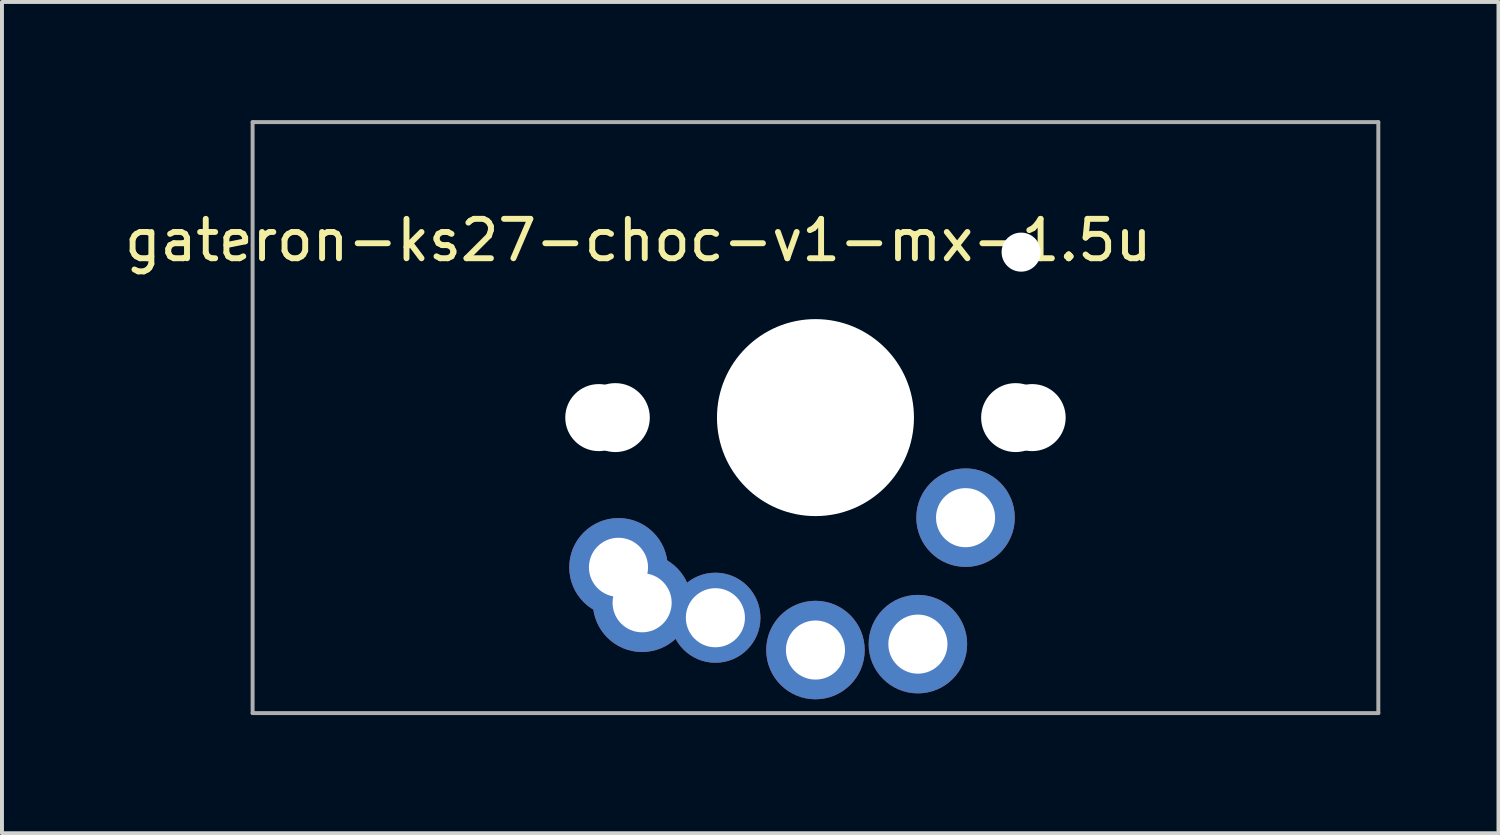
<source format=kicad_pcb>
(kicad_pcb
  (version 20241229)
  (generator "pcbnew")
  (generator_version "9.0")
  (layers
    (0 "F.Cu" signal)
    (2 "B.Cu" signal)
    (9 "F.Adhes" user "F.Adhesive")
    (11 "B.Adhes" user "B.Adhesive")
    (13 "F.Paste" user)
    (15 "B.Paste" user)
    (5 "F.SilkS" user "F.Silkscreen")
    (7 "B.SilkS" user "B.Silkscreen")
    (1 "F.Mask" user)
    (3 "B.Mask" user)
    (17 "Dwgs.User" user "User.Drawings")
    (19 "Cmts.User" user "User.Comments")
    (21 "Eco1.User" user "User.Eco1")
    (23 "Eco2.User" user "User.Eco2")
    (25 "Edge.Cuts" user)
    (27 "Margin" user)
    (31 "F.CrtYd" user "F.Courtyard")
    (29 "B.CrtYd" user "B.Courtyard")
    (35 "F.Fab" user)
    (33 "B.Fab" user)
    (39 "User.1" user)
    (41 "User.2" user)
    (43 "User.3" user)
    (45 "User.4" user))
  (footprint "gateron-ks27-choc-v1-mx-1.5u"
    (layer "F.Cu")
    (at 17.649 7.55)
    (property "Reference" "gateron-ks27-choc-v1-mx-1.5u" (at -4.5 -4.5 0) (unlocked yes) (layer "F.SilkS") (effects (font (size 1 1) (thickness 0.15))))
    (attr through_hole)
    (fp_line (start -7 -7) (end -7 7) (stroke (width 0.12) (type solid)) (layer "Eco2.User"))
    (fp_line (start -7 7) (end 7 7) (stroke (width 0.12) (type solid)) (layer "Eco2.User"))
    (fp_line (start -2.5 -6.3) (end -2.5 -3.1) (stroke (width 0.12) (type solid)) (layer "Eco2.User"))
    (fp_line (start 2.5 -6.3) (end -2.5 -6.3) (stroke (width 0.12) (type solid)) (layer "Eco2.User"))
    (fp_line (start 2.5 -6.3) (end 2.5 -3.1) (stroke (width 0.12) (type solid)) (layer "Eco2.User"))
    (fp_line (start 2.5 -3.1) (end -2.5 -3.1) (stroke (width 0.12) (type solid)) (layer "Eco2.User"))
    (fp_line (start 7 -7) (end -7 -7) (stroke (width 0.12) (type solid)) (layer "Eco2.User"))
    (fp_line (start 7 7) (end 7 -7) (stroke (width 0.12) (type solid)) (layer "Eco2.User"))
    (fp_line (start -14.287 -7.5) (end -14.287 7.5) (stroke (width 0.1) (type solid)) (layer "F.Fab"))
    (fp_line (start -14.287 7.5) (end 14.287 7.5) (stroke (width 0.1) (type solid)) (layer "F.Fab"))
    (fp_line (start 14.287 -7.5) (end -14.287 -7.5) (stroke (width 0.1) (type solid)) (layer "F.Fab"))
    (fp_line (start 14.287 7.5) (end 14.287 -7.5) (stroke (width 0.1) (type solid)) (layer "F.Fab"))
    (pad "" np_thru_hole circle (at -5.5 0) (size 1.702 1.702) (drill 1.702) (layers "*.Cu" "*.Mask"))
    (pad "" np_thru_hole circle (at -5.08 0 48.1) (size 1.75 1.75) (drill 1.75) (layers "*.Cu" "*.Mask"))
    (pad "" np_thru_hole circle (at 0 0) (size 5 5) (drill 5) (layers "*.Cu" "*.Mask"))
    (pad "" np_thru_hole circle (at 5.08 0 48.1) (size 1.75 1.75) (drill 1.75) (layers "*.Cu" "*.Mask"))
    (pad "" np_thru_hole circle (at 5.22 -4.2) (size 0.991 0.991) (drill 0.991) (layers "*.Cu" "*.Mask"))
    (pad "" np_thru_hole circle (at 5.5 0) (size 1.702 1.702) (drill 1.702) (layers "*.Cu" "*.Mask"))
    (pad "1" thru_hole circle (at 0 5.9) (size 2.5 2.5) (drill 1.5) (layers "*.Cu" "*.Mask"))
    (pad "1" thru_hole circle (at 2.6 5.75) (size 2.5 2.5) (drill 1.5) (layers "*.Cu" "*.Mask"))
    (pad "1" thru_hole circle (at 3.81 2.54) (size 2.5 2.5) (drill 1.5) (layers "*.Cu" "*.Mask"))
    (pad "2" thru_hole circle (at -5 3.8) (size 2.5 2.5) (drill 1.5) (layers "*.Cu" "*.Mask"))
    (pad "2" thru_hole circle (at -4.4 4.7) (size 2.5 2.5) (drill 1.5) (layers "*.Cu" "*.Mask"))
    (pad "2" thru_hole circle (at -2.54 5.08) (size 2.286 2.286) (drill 1.5) (layers "*.Cu" "*.Mask")))
  (gr_rect
    (start -3 -3)
    (end 34.986 18.1)
    (stroke (width 0.1) (type default))
    (fill no)
    (layer "Edge.Cuts")))
</source>
